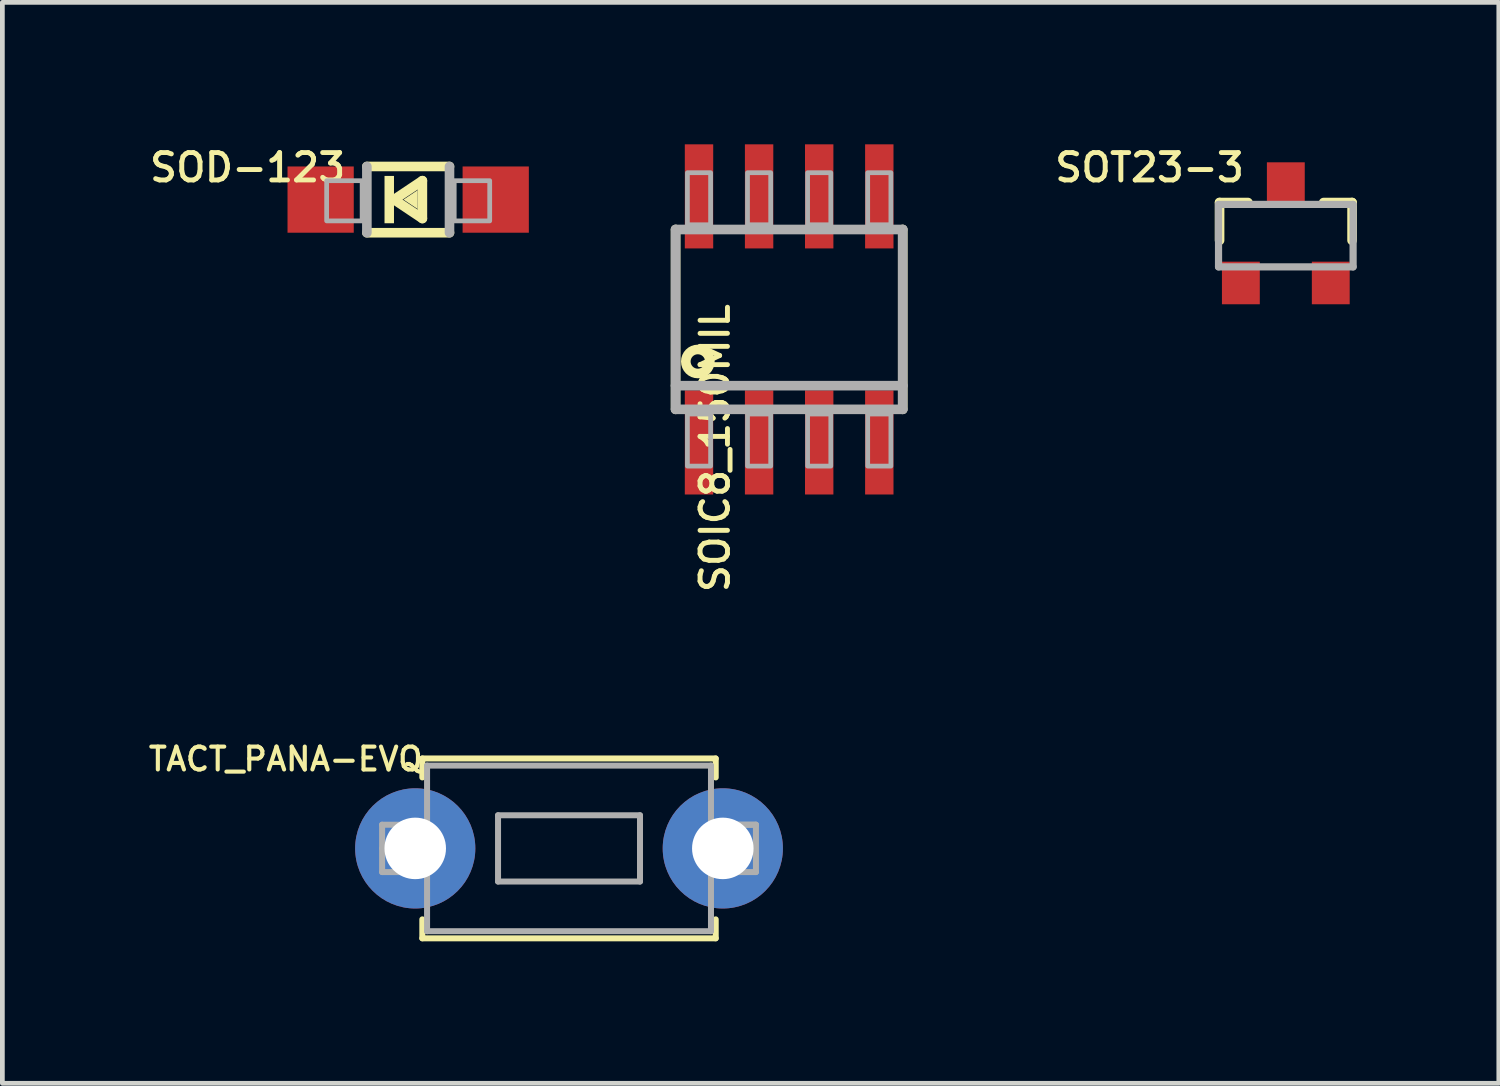
<source format=kicad_pcb>
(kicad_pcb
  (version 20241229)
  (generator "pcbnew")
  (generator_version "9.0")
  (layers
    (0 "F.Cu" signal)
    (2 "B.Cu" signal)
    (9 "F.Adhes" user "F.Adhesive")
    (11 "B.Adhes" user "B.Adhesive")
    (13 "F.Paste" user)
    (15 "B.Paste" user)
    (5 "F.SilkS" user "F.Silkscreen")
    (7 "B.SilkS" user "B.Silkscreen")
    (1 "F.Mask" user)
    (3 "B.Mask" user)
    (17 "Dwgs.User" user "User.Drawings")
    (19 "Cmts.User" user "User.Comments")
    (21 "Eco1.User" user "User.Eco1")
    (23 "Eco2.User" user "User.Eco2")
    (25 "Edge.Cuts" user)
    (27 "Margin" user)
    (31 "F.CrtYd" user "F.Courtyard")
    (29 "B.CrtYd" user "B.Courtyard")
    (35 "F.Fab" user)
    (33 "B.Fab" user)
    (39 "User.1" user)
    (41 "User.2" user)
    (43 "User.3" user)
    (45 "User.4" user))
  (footprint "SOD-123"
    (layer "F.Cu")
    (at 5.576 1.168)
    (property "Reference" "SOD-123" (at -1.27 -1.016 180) (layer "F.SilkS") (effects (font (size 0.579 0.579) (thickness 0.104)) (justify right top)))
    (attr through_hole)
    (fp_line (start -0.873 -0.7) (end 0.873 -0.7) (stroke (width 0.203) (type solid)) (layer "F.SilkS"))
    (fp_line (start -0.3 0) (end 0.3 -0.4) (stroke (width 0.203) (type solid)) (layer "F.SilkS"))
    (fp_line (start 0.3 -0.4) (end 0.3 0.4) (stroke (width 0.203) (type solid)) (layer "F.SilkS"))
    (fp_line (start 0.3 0.4) (end -0.3 0) (stroke (width 0.203) (type solid)) (layer "F.SilkS"))
    (fp_line (start 0.873 0.7) (end -0.873 0.7) (stroke (width 0.203) (type solid)) (layer "F.SilkS"))
    (fp_poly (pts (xy -0.1 0) (xy 0.2 -0.2) (xy 0.2 0.2)) (stroke (width 0) (type solid)) (fill yes) (layer "F.SilkS"))
    (fp_poly (pts (xy -0.5 0.5) (xy -0.3 0.5) (xy -0.3 -0.5) (xy -0.5 -0.5)) (stroke (width 0) (type solid)) (fill yes) (layer "F.SilkS"))
    (fp_line (start -0.873 0.7) (end -0.873 -0.7) (stroke (width 0.203) (type solid)) (layer "F.Fab"))
    (fp_line (start 0.873 -0.7) (end 0.873 0.7) (stroke (width 0.203) (type solid)) (layer "F.Fab"))
    (fp_poly (pts (xy -1.723 0.45) (xy -0.973 0.45) (xy -0.973 -0.4) (xy -1.723 -0.4)) (stroke (width 0.1) (type solid)) (fill no) (layer "F.Fab"))
    (fp_poly (pts (xy 0.973 0.45) (xy 1.723 0.45) (xy 1.723 -0.4) (xy 0.973 -0.4)) (stroke (width 0.1) (type solid)) (fill no) (layer "F.Fab"))
    (pad "A" smd rect (at 1.85 0 90) (size 1.4 1.4) (layers "F.Cu" "F.Mask" "F.Paste"))
    (pad "C" smd rect (at -1.85 0 90) (size 1.4 1.4) (layers "F.Cu" "F.Mask" "F.Paste")))
  (footprint "TACT_PANA-EVQ"
    (layer "F.Cu")
    (at 8.975 14.879)
    (property "Reference" "TACT_PANA-EVQ" (at -3.043 -2.17 180) (layer "F.SilkS") (effects (font (size 0.483 0.483) (thickness 0.087)) (justify right top)))
    (attr through_hole)
    (fp_line (start -3.1 -1.9) (end 3.1 -1.9) (stroke (width 0.127) (type solid)) (layer "F.SilkS"))
    (fp_line (start -3.1 -1.5) (end -3.1 -1.9) (stroke (width 0.127) (type solid)) (layer "F.SilkS"))
    (fp_line (start -3.1 1.5) (end -3.1 1.9) (stroke (width 0.127) (type solid)) (layer "F.SilkS"))
    (fp_line (start -3.1 1.9) (end 3.1 1.9) (stroke (width 0.127) (type solid)) (layer "F.SilkS"))
    (fp_line (start 3.1 -1.9) (end 3.1 -1.5) (stroke (width 0.127) (type solid)) (layer "F.SilkS"))
    (fp_line (start 3.1 1.9) (end 3.1 1.5) (stroke (width 0.127) (type solid)) (layer "F.SilkS"))
    (fp_line (start -3.95 -0.5) (end -3 -0.5) (stroke (width 0.127) (type solid)) (layer "F.Fab"))
    (fp_line (start -3.95 0) (end -3.95 -0.5) (stroke (width 0.127) (type solid)) (layer "F.Fab"))
    (fp_line (start -3.95 0.5) (end -3.95 0) (stroke (width 0.127) (type solid)) (layer "F.Fab"))
    (fp_line (start -3 -1.75) (end 3 -1.75) (stroke (width 0.127) (type solid)) (layer "F.Fab"))
    (fp_line (start -3 -0.5) (end -3 -1.75) (stroke (width 0.127) (type solid)) (layer "F.Fab"))
    (fp_line (start -3 -0.5) (end -3 0.5) (stroke (width 0.127) (type solid)) (layer "F.Fab"))
    (fp_line (start -3 0.5) (end -3.95 0.5) (stroke (width 0.127) (type solid)) (layer "F.Fab"))
    (fp_line (start -3 0.5) (end -3 -0.5) (stroke (width 0.127) (type solid)) (layer "F.Fab"))
    (fp_line (start -3 1.75) (end -3 0.5) (stroke (width 0.127) (type solid)) (layer "F.Fab"))
    (fp_line (start -1.5 -0.7) (end 1.5 -0.7) (stroke (width 0.127) (type solid)) (layer "F.Fab"))
    (fp_line (start -1.5 0.7) (end -1.5 -0.7) (stroke (width 0.127) (type solid)) (layer "F.Fab"))
    (fp_line (start 1.5 -0.7) (end 1.5 0.7) (stroke (width 0.127) (type solid)) (layer "F.Fab"))
    (fp_line (start 1.5 0.7) (end -1.5 0.7) (stroke (width 0.127) (type solid)) (layer "F.Fab"))
    (fp_line (start 3 -1.75) (end 3 -0.5) (stroke (width 0.127) (type solid)) (layer "F.Fab"))
    (fp_line (start 3 -0.5) (end 3 0.5) (stroke (width 0.127) (type solid)) (layer "F.Fab"))
    (fp_line (start 3 -0.5) (end 3 0.5) (stroke (width 0.127) (type solid)) (layer "F.Fab"))
    (fp_line (start 3 0.5) (end 3 1.75) (stroke (width 0.127) (type solid)) (layer "F.Fab"))
    (fp_line (start 3 0.5) (end 3.95 0.5) (stroke (width 0.127) (type solid)) (layer "F.Fab"))
    (fp_line (start 3 1.75) (end -3 1.75) (stroke (width 0.127) (type solid)) (layer "F.Fab"))
    (fp_line (start 3.95 -0.5) (end 3 -0.5) (stroke (width 0.127) (type solid)) (layer "F.Fab"))
    (fp_line (start 3.95 -0.5) (end 3 -0.5) (stroke (width 0.127) (type solid)) (layer "F.Fab"))
    (fp_line (start 3.95 0.5) (end 3.95 -0.5) (stroke (width 0.127) (type solid)) (layer "F.Fab"))
    (pad "P$1" thru_hole circle (at -3.25 0) (size 2.54 2.54) (drill 1.3) (layers "*.Cu" "*.Mask"))
    (pad "P$2" thru_hole circle (at 3.25 0) (size 2.54 2.54) (drill 1.3) (layers "*.Cu" "*.Mask")))
  (footprint "SOIC8_150MIL"
    (layer "F.Cu")
    (at 13.627 3.7)
    (property "Reference" "SOIC8_150MIL" (at -1.905 -0.381 270) (layer "F.SilkS") (effects (font (size 0.579 0.579) (thickness 0.104)) (justify right top)))
    (attr through_hole)
    (fp_line (start -2.4 1.9) (end -2.4 -1.9) (stroke (width 0.203) (type solid)) (layer "F.SilkS"))
    (fp_line (start 2.4 -1.9) (end 2.4 1.9) (stroke (width 0.203) (type solid)) (layer "F.SilkS"))
    (fp_circle (center -1.93 0.889) (end -1.676 0.889) (stroke (width 0.203) (type solid)) (fill no) (layer "F.SilkS"))
    (fp_line (start -2.4 -1.9) (end 2.4 -1.9) (stroke (width 0.203) (type solid)) (layer "F.Fab"))
    (fp_line (start -2.4 1.4) (end -2.4 -1.9) (stroke (width 0.203) (type solid)) (layer "F.Fab"))
    (fp_line (start -2.4 1.9) (end -2.4 1.4) (stroke (width 0.203) (type solid)) (layer "F.Fab"))
    (fp_line (start 2.4 -1.9) (end 2.4 1.4) (stroke (width 0.203) (type solid)) (layer "F.Fab"))
    (fp_line (start 2.4 1.4) (end -2.4 1.4) (stroke (width 0.203) (type solid)) (layer "F.Fab"))
    (fp_line (start 2.4 1.4) (end 2.4 1.9) (stroke (width 0.203) (type solid)) (layer "F.Fab"))
    (fp_line (start 2.4 1.9) (end -2.4 1.9) (stroke (width 0.203) (type solid)) (layer "F.Fab"))
    (fp_poly (pts (xy -2.15 -2) (xy -1.66 -2) (xy -1.66 -3.1) (xy -2.15 -3.1)) (stroke (width 0.1) (type solid)) (fill no) (layer "F.Fab"))
    (fp_poly (pts (xy -2.15 3.1) (xy -1.66 3.1) (xy -1.66 2) (xy -2.15 2)) (stroke (width 0.1) (type solid)) (fill no) (layer "F.Fab"))
    (fp_poly (pts (xy -0.88 -2) (xy -0.39 -2) (xy -0.39 -3.1) (xy -0.88 -3.1)) (stroke (width 0.1) (type solid)) (fill no) (layer "F.Fab"))
    (fp_poly (pts (xy -0.88 3.1) (xy -0.39 3.1) (xy -0.39 2) (xy -0.88 2)) (stroke (width 0.1) (type solid)) (fill no) (layer "F.Fab"))
    (fp_poly (pts (xy 0.39 -2) (xy 0.88 -2) (xy 0.88 -3.1) (xy 0.39 -3.1)) (stroke (width 0.1) (type solid)) (fill no) (layer "F.Fab"))
    (fp_poly (pts (xy 0.39 3.1) (xy 0.88 3.1) (xy 0.88 2) (xy 0.39 2)) (stroke (width 0.1) (type solid)) (fill no) (layer "F.Fab"))
    (fp_poly (pts (xy 1.66 -2) (xy 2.15 -2) (xy 2.15 -3.1) (xy 1.66 -3.1)) (stroke (width 0.1) (type solid)) (fill no) (layer "F.Fab"))
    (fp_poly (pts (xy 1.66 3.1) (xy 2.15 3.1) (xy 2.15 2) (xy 1.66 2)) (stroke (width 0.1) (type solid)) (fill no) (layer "F.Fab"))
    (pad "1" smd rect (at -1.905 2.6) (size 0.6 2.2) (layers "F.Cu" "F.Mask" "F.Paste"))
    (pad "2" smd rect (at -0.635 2.6) (size 0.6 2.2) (layers "F.Cu" "F.Mask" "F.Paste"))
    (pad "3" smd rect (at 0.635 2.6) (size 0.6 2.2) (layers "F.Cu" "F.Mask" "F.Paste"))
    (pad "4" smd rect (at 1.905 2.6) (size 0.6 2.2) (layers "F.Cu" "F.Mask" "F.Paste"))
    (pad "5" smd rect (at 1.905 -2.6) (size 0.6 2.2) (layers "F.Cu" "F.Mask" "F.Paste"))
    (pad "6" smd rect (at 0.635 -2.6) (size 0.6 2.2) (layers "F.Cu" "F.Mask" "F.Paste"))
    (pad "7" smd rect (at -0.635 -2.6) (size 0.6 2.2) (layers "F.Cu" "F.Mask" "F.Paste"))
    (pad "8" smd rect (at -1.905 -2.6) (size 0.6 2.2) (layers "F.Cu" "F.Mask" "F.Paste")))
  (footprint "SOT23-3"
    (layer "F.Cu")
    (at 24.123 1.93)
    (property "Reference" "SOT23-3" (at -0.826 -1.778 180) (layer "F.SilkS") (effects (font (size 0.579 0.579) (thickness 0.104)) (justify right top)))
    (attr through_hole)
    (fp_line (start -1.4 -0.7) (end -1.4 0.1) (stroke (width 0.203) (type solid)) (layer "F.SilkS"))
    (fp_line (start -0.8 -0.7) (end -1.4 -0.7) (stroke (width 0.203) (type solid)) (layer "F.SilkS"))
    (fp_line (start 0.8 -0.7) (end 1.4 -0.7) (stroke (width 0.203) (type solid)) (layer "F.SilkS"))
    (fp_line (start 1.4 -0.7) (end 1.4 0.1) (stroke (width 0.203) (type solid)) (layer "F.SilkS"))
    (fp_line (start -1.422 -0.66) (end 1.422 -0.66) (stroke (width 0.152) (type solid)) (layer "F.Fab"))
    (fp_line (start -1.422 0.66) (end -1.422 -0.66) (stroke (width 0.152) (type solid)) (layer "F.Fab"))
    (fp_line (start 1.422 -0.66) (end 1.422 0.66) (stroke (width 0.152) (type solid)) (layer "F.Fab"))
    (fp_line (start 1.422 0.66) (end -1.422 0.66) (stroke (width 0.152) (type solid)) (layer "F.Fab"))
    (pad "1" smd rect (at -0.95 1) (size 0.8 0.9) (layers "F.Cu" "F.Mask" "F.Paste"))
    (pad "2" smd rect (at 0.95 1) (size 0.8 0.9) (layers "F.Cu" "F.Mask" "F.Paste"))
    (pad "3" smd rect (at 0 -1.1) (size 0.8 0.9) (layers "F.Cu" "F.Mask" "F.Paste")))
  (gr_rect
    (start -3 -3)
    (end 28.624 19.843)
    (stroke (width 0.1) (type default))
    (fill no)
    (layer "Edge.Cuts")))
</source>
